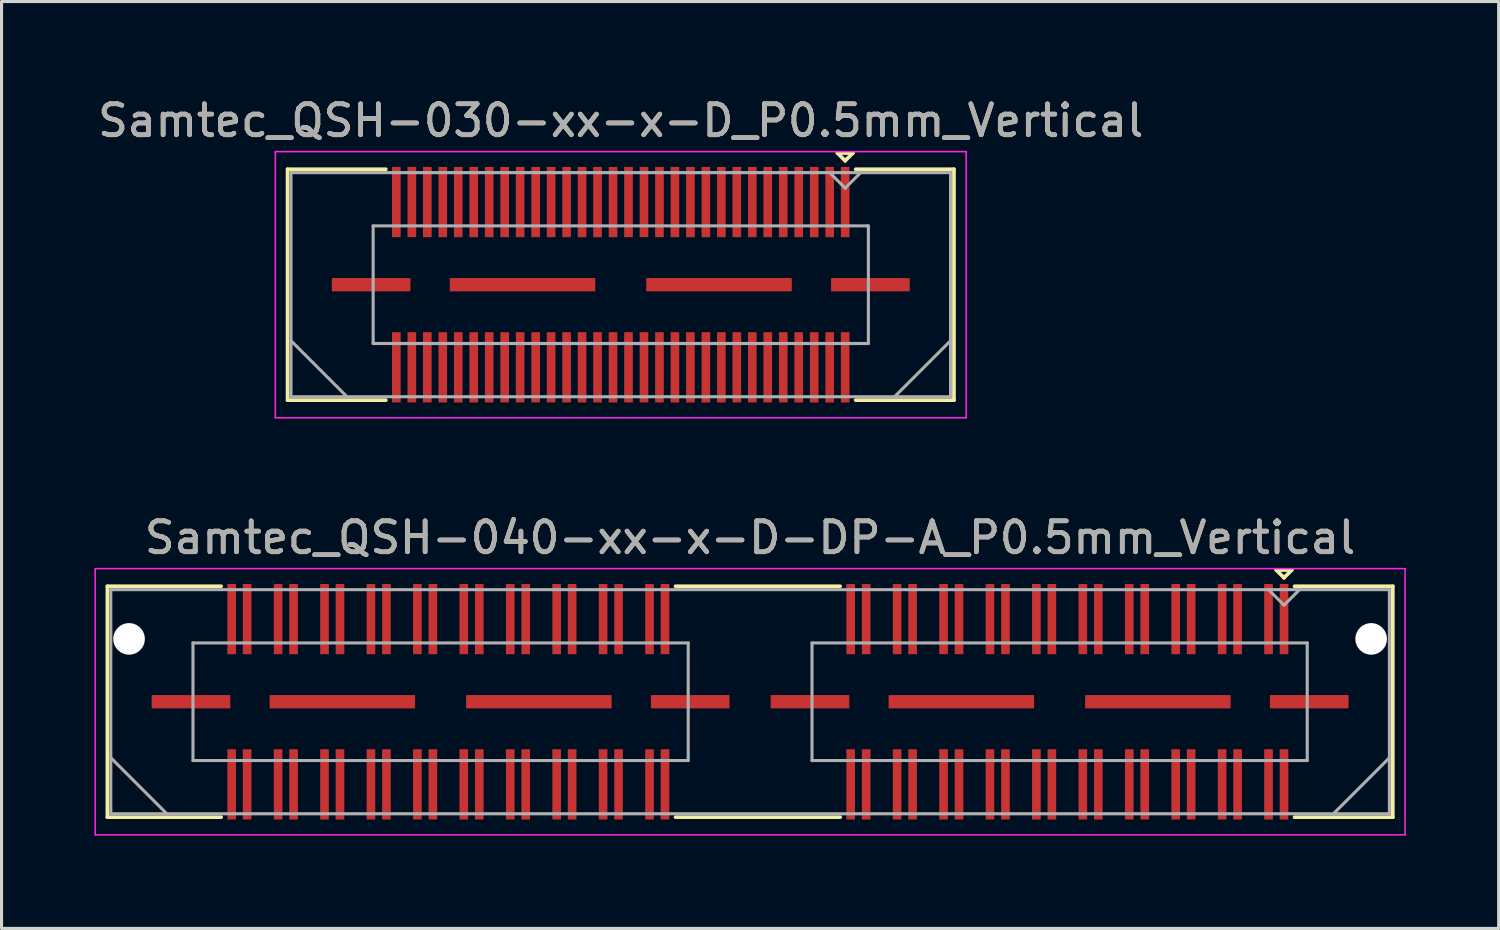
<source format=kicad_pcb>
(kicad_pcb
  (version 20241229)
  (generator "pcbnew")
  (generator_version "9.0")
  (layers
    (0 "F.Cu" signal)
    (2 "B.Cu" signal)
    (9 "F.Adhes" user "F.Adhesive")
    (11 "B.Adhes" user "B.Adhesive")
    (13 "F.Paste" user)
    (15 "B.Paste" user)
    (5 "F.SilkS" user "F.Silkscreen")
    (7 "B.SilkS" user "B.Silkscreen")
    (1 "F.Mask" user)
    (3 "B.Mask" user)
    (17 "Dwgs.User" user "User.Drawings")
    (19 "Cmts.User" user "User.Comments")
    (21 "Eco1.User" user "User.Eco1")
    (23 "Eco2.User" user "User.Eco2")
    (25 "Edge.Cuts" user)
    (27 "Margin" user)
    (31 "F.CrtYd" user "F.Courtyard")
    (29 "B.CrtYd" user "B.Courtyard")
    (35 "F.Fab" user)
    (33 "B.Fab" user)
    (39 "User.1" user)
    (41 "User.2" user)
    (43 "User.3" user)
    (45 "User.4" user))
  (footprint "Samtec_QSH-040-xx-x-D-DP-A_P0.5mm_Vertical"
    (layer "F.Cu")
    (at 21.185 19.622)
    (property "Reference" "Samtec_QSH-040-xx-x-D-DP-A_P0.5mm_Vertical" (at 0 -5.3 0) (layer "F.SilkS") (effects (font (size 1 1) (thickness 0.15))))
    (attr smd)
    (fp_line (start -20.765 -3.73) (end -17.09 -3.73) (stroke (width 0.12) (type solid)) (layer "F.SilkS"))
    (fp_line (start -20.765 3.73) (end -20.765 -3.73) (stroke (width 0.12) (type solid)) (layer "F.SilkS"))
    (fp_line (start -17.09 3.73) (end -20.765 3.73) (stroke (width 0.12) (type solid)) (layer "F.SilkS"))
    (fp_line (start 2.91 -3.73) (end -2.41 -3.73) (stroke (width 0.12) (type solid)) (layer "F.SilkS"))
    (fp_line (start 2.91 3.73) (end -2.41 3.73) (stroke (width 0.12) (type solid)) (layer "F.SilkS"))
    (fp_line (start 17 -4.255) (end 17.5 -4.255) (stroke (width 0.12) (type solid)) (layer "F.SilkS"))
    (fp_line (start 17.25 -4.005) (end 17 -4.255) (stroke (width 0.12) (type solid)) (layer "F.SilkS"))
    (fp_line (start 17.5 -4.255) (end 17.25 -4.005) (stroke (width 0.12) (type solid)) (layer "F.SilkS"))
    (fp_line (start 17.59 3.73) (end 20.765 3.73) (stroke (width 0.12) (type solid)) (layer "F.SilkS"))
    (fp_line (start 20.765 -3.73) (end 17.59 -3.73) (stroke (width 0.12) (type solid)) (layer "F.SilkS"))
    (fp_line (start 20.765 3.73) (end 20.765 -3.73) (stroke (width 0.12) (type solid)) (layer "F.SilkS"))
    (fp_line (start -21.16 -4.3) (end -21.16 4.3) (stroke (width 0.05) (type solid)) (layer "F.CrtYd"))
    (fp_line (start -21.16 4.3) (end 21.16 4.3) (stroke (width 0.05) (type solid)) (layer "F.CrtYd"))
    (fp_line (start 21.16 -4.3) (end -21.16 -4.3) (stroke (width 0.05) (type solid)) (layer "F.CrtYd"))
    (fp_line (start 21.16 4.3) (end 21.16 -4.3) (stroke (width 0.05) (type solid)) (layer "F.CrtYd"))
    (fp_line (start -20.655 -3.62) (end -20.655 3.62) (stroke (width 0.1) (type solid)) (layer "F.Fab"))
    (fp_line (start -20.655 1.81) (end -18.845 3.62) (stroke (width 0.1) (type solid)) (layer "F.Fab"))
    (fp_line (start -20.655 3.62) (end 20.655 3.62) (stroke (width 0.1) (type solid)) (layer "F.Fab"))
    (fp_line (start -18 -1.9) (end -18 1.9) (stroke (width 0.1) (type solid)) (layer "F.Fab"))
    (fp_line (start -18 1.9) (end -2 1.9) (stroke (width 0.1) (type solid)) (layer "F.Fab"))
    (fp_line (start -2 -1.9) (end -18 -1.9) (stroke (width 0.1) (type solid)) (layer "F.Fab"))
    (fp_line (start -2 1.9) (end -2 -1.9) (stroke (width 0.1) (type solid)) (layer "F.Fab"))
    (fp_line (start 2 -1.9) (end 2 1.9) (stroke (width 0.1) (type solid)) (layer "F.Fab"))
    (fp_line (start 2 1.9) (end 18 1.9) (stroke (width 0.1) (type solid)) (layer "F.Fab"))
    (fp_line (start 17.25 -3.12) (end 16.75 -3.62) (stroke (width 0.1) (type solid)) (layer "F.Fab"))
    (fp_line (start 17.75 -3.62) (end 17.25 -3.12) (stroke (width 0.1) (type solid)) (layer "F.Fab"))
    (fp_line (start 18 -1.9) (end 2 -1.9) (stroke (width 0.1) (type solid)) (layer "F.Fab"))
    (fp_line (start 18 1.9) (end 18 -1.9) (stroke (width 0.1) (type solid)) (layer "F.Fab"))
    (fp_line (start 20.655 -3.62) (end -20.655 -3.62) (stroke (width 0.1) (type solid)) (layer "F.Fab"))
    (fp_line (start 20.655 1.81) (end 18.845 3.62) (stroke (width 0.1) (type solid)) (layer "F.Fab"))
    (fp_line (start 20.655 3.62) (end 20.655 -3.62) (stroke (width 0.1) (type solid)) (layer "F.Fab"))
    (fp_text user "${REFERENCE}" (at 0 -5.3 0) (layer "F.Fab") (effects (font (size 1 1) (thickness 0.15))))
    (pad "" np_thru_hole circle (at -20.065 -2.03) (size 1.02 1.02) (drill 1.02) (layers "*.Cu" "*.Mask"))
    (pad "" np_thru_hole circle (at 20.065 -2.03) (size 1.02 1.02) (drill 1.02) (layers "*.Cu" "*.Mask"))
    (pad "1" smd rect (at 17.25 -2.67) (size 0.279 2.27) (layers "F.Cu" "F.Mask" "F.Paste"))
    (pad "2" smd rect (at 17.25 2.67) (size 0.279 2.27) (layers "F.Cu" "F.Mask" "F.Paste"))
    (pad "3" smd rect (at 16.75 -2.67) (size 0.279 2.27) (layers "F.Cu" "F.Mask" "F.Paste"))
    (pad "4" smd rect (at 16.75 2.67) (size 0.279 2.27) (layers "F.Cu" "F.Mask" "F.Paste"))
    (pad "5" smd rect (at 15.75 -2.67) (size 0.279 2.27) (layers "F.Cu" "F.Mask" "F.Paste"))
    (pad "6" smd rect (at 15.75 2.67) (size 0.279 2.27) (layers "F.Cu" "F.Mask" "F.Paste"))
    (pad "7" smd rect (at 15.25 -2.67) (size 0.279 2.27) (layers "F.Cu" "F.Mask" "F.Paste"))
    (pad "8" smd rect (at 15.25 2.67) (size 0.279 2.27) (layers "F.Cu" "F.Mask" "F.Paste"))
    (pad "9" smd rect (at 14.25 -2.67) (size 0.279 2.27) (layers "F.Cu" "F.Mask" "F.Paste"))
    (pad "10" smd rect (at 14.25 2.67) (size 0.279 2.27) (layers "F.Cu" "F.Mask" "F.Paste"))
    (pad "11" smd rect (at 13.75 -2.67) (size 0.279 2.27) (layers "F.Cu" "F.Mask" "F.Paste"))
    (pad "12" smd rect (at 13.75 2.67) (size 0.279 2.27) (layers "F.Cu" "F.Mask" "F.Paste"))
    (pad "13" smd rect (at 12.75 -2.67) (size 0.279 2.27) (layers "F.Cu" "F.Mask" "F.Paste"))
    (pad "14" smd rect (at 12.75 2.67) (size 0.279 2.27) (layers "F.Cu" "F.Mask" "F.Paste"))
    (pad "15" smd rect (at 12.25 -2.67) (size 0.279 2.27) (layers "F.Cu" "F.Mask" "F.Paste"))
    (pad "16" smd rect (at 12.25 2.67) (size 0.279 2.27) (layers "F.Cu" "F.Mask" "F.Paste"))
    (pad "17" smd rect (at 11.25 -2.67) (size 0.279 2.27) (layers "F.Cu" "F.Mask" "F.Paste"))
    (pad "18" smd rect (at 11.25 2.67) (size 0.279 2.27) (layers "F.Cu" "F.Mask" "F.Paste"))
    (pad "19" smd rect (at 10.75 -2.67) (size 0.279 2.27) (layers "F.Cu" "F.Mask" "F.Paste"))
    (pad "20" smd rect (at 10.75 2.67) (size 0.279 2.27) (layers "F.Cu" "F.Mask" "F.Paste"))
    (pad "21" smd rect (at 9.75 -2.67) (size 0.279 2.27) (layers "F.Cu" "F.Mask" "F.Paste"))
    (pad "22" smd rect (at 9.75 2.67) (size 0.279 2.27) (layers "F.Cu" "F.Mask" "F.Paste"))
    (pad "23" smd rect (at 9.25 -2.67) (size 0.279 2.27) (layers "F.Cu" "F.Mask" "F.Paste"))
    (pad "24" smd rect (at 9.25 2.67) (size 0.279 2.27) (layers "F.Cu" "F.Mask" "F.Paste"))
    (pad "25" smd rect (at 8.25 -2.67) (size 0.279 2.27) (layers "F.Cu" "F.Mask" "F.Paste"))
    (pad "26" smd rect (at 8.25 2.67) (size 0.279 2.27) (layers "F.Cu" "F.Mask" "F.Paste"))
    (pad "27" smd rect (at 7.75 -2.67) (size 0.279 2.27) (layers "F.Cu" "F.Mask" "F.Paste"))
    (pad "28" smd rect (at 7.75 2.67) (size 0.279 2.27) (layers "F.Cu" "F.Mask" "F.Paste"))
    (pad "29" smd rect (at 6.75 -2.67) (size 0.279 2.27) (layers "F.Cu" "F.Mask" "F.Paste"))
    (pad "30" smd rect (at 6.75 2.67) (size 0.279 2.27) (layers "F.Cu" "F.Mask" "F.Paste"))
    (pad "31" smd rect (at 6.25 -2.67) (size 0.279 2.27) (layers "F.Cu" "F.Mask" "F.Paste"))
    (pad "32" smd rect (at 6.25 2.67) (size 0.279 2.27) (layers "F.Cu" "F.Mask" "F.Paste"))
    (pad "33" smd rect (at 5.25 -2.67) (size 0.279 2.27) (layers "F.Cu" "F.Mask" "F.Paste"))
    (pad "34" smd rect (at 5.25 2.67) (size 0.279 2.27) (layers "F.Cu" "F.Mask" "F.Paste"))
    (pad "35" smd rect (at 4.75 -2.67) (size 0.279 2.27) (layers "F.Cu" "F.Mask" "F.Paste"))
    (pad "36" smd rect (at 4.75 2.67) (size 0.279 2.27) (layers "F.Cu" "F.Mask" "F.Paste"))
    (pad "37" smd rect (at 3.75 -2.67) (size 0.279 2.27) (layers "F.Cu" "F.Mask" "F.Paste"))
    (pad "38" smd rect (at 3.75 2.67) (size 0.279 2.27) (layers "F.Cu" "F.Mask" "F.Paste"))
    (pad "39" smd rect (at 3.25 -2.67) (size 0.279 2.27) (layers "F.Cu" "F.Mask" "F.Paste"))
    (pad "40" smd rect (at 3.25 2.67) (size 0.279 2.27) (layers "F.Cu" "F.Mask" "F.Paste"))
    (pad "41" smd rect (at -2.75 -2.67) (size 0.279 2.27) (layers "F.Cu" "F.Mask" "F.Paste"))
    (pad "42" smd rect (at -2.75 2.67) (size 0.279 2.27) (layers "F.Cu" "F.Mask" "F.Paste"))
    (pad "43" smd rect (at -3.25 -2.67) (size 0.279 2.27) (layers "F.Cu" "F.Mask" "F.Paste"))
    (pad "44" smd rect (at -3.25 2.67) (size 0.279 2.27) (layers "F.Cu" "F.Mask" "F.Paste"))
    (pad "45" smd rect (at -4.25 -2.67) (size 0.279 2.27) (layers "F.Cu" "F.Mask" "F.Paste"))
    (pad "46" smd rect (at -4.25 2.67) (size 0.279 2.27) (layers "F.Cu" "F.Mask" "F.Paste"))
    (pad "47" smd rect (at -4.75 -2.67) (size 0.279 2.27) (layers "F.Cu" "F.Mask" "F.Paste"))
    (pad "48" smd rect (at -4.75 2.67) (size 0.279 2.27) (layers "F.Cu" "F.Mask" "F.Paste"))
    (pad "49" smd rect (at -5.75 -2.67) (size 0.279 2.27) (layers "F.Cu" "F.Mask" "F.Paste"))
    (pad "50" smd rect (at -5.75 2.67) (size 0.279 2.27) (layers "F.Cu" "F.Mask" "F.Paste"))
    (pad "51" smd rect (at -6.25 -2.67) (size 0.279 2.27) (layers "F.Cu" "F.Mask" "F.Paste"))
    (pad "52" smd rect (at -6.25 2.67) (size 0.279 2.27) (layers "F.Cu" "F.Mask" "F.Paste"))
    (pad "53" smd rect (at -7.25 -2.67) (size 0.279 2.27) (layers "F.Cu" "F.Mask" "F.Paste"))
    (pad "54" smd rect (at -7.25 2.67) (size 0.279 2.27) (layers "F.Cu" "F.Mask" "F.Paste"))
    (pad "55" smd rect (at -7.75 -2.67) (size 0.279 2.27) (layers "F.Cu" "F.Mask" "F.Paste"))
    (pad "56" smd rect (at -7.75 2.67) (size 0.279 2.27) (layers "F.Cu" "F.Mask" "F.Paste"))
    (pad "57" smd rect (at -8.75 -2.67) (size 0.279 2.27) (layers "F.Cu" "F.Mask" "F.Paste"))
    (pad "58" smd rect (at -8.75 2.67) (size 0.279 2.27) (layers "F.Cu" "F.Mask" "F.Paste"))
    (pad "59" smd rect (at -9.25 -2.67) (size 0.279 2.27) (layers "F.Cu" "F.Mask" "F.Paste"))
    (pad "60" smd rect (at -9.25 2.67) (size 0.279 2.27) (layers "F.Cu" "F.Mask" "F.Paste"))
    (pad "61" smd rect (at -10.25 -2.67) (size 0.279 2.27) (layers "F.Cu" "F.Mask" "F.Paste"))
    (pad "62" smd rect (at -10.25 2.67) (size 0.279 2.27) (layers "F.Cu" "F.Mask" "F.Paste"))
    (pad "63" smd rect (at -10.75 -2.67) (size 0.279 2.27) (layers "F.Cu" "F.Mask" "F.Paste"))
    (pad "64" smd rect (at -10.75 2.67) (size 0.279 2.27) (layers "F.Cu" "F.Mask" "F.Paste"))
    (pad "65" smd rect (at -11.75 -2.67) (size 0.279 2.27) (layers "F.Cu" "F.Mask" "F.Paste"))
    (pad "66" smd rect (at -11.75 2.67) (size 0.279 2.27) (layers "F.Cu" "F.Mask" "F.Paste"))
    (pad "67" smd rect (at -12.25 -2.67) (size 0.279 2.27) (layers "F.Cu" "F.Mask" "F.Paste"))
    (pad "68" smd rect (at -12.25 2.67) (size 0.279 2.27) (layers "F.Cu" "F.Mask" "F.Paste"))
    (pad "69" smd rect (at -13.25 -2.67) (size 0.279 2.27) (layers "F.Cu" "F.Mask" "F.Paste"))
    (pad "70" smd rect (at -13.25 2.67) (size 0.279 2.27) (layers "F.Cu" "F.Mask" "F.Paste"))
    (pad "71" smd rect (at -13.75 -2.67) (size 0.279 2.27) (layers "F.Cu" "F.Mask" "F.Paste"))
    (pad "72" smd rect (at -13.75 2.67) (size 0.279 2.27) (layers "F.Cu" "F.Mask" "F.Paste"))
    (pad "73" smd rect (at -14.75 -2.67) (size 0.279 2.27) (layers "F.Cu" "F.Mask" "F.Paste"))
    (pad "74" smd rect (at -14.75 2.67) (size 0.279 2.27) (layers "F.Cu" "F.Mask" "F.Paste"))
    (pad "75" smd rect (at -15.25 -2.67) (size 0.279 2.27) (layers "F.Cu" "F.Mask" "F.Paste"))
    (pad "76" smd rect (at -15.25 2.67) (size 0.279 2.27) (layers "F.Cu" "F.Mask" "F.Paste"))
    (pad "77" smd rect (at -16.25 -2.67) (size 0.279 2.27) (layers "F.Cu" "F.Mask" "F.Paste"))
    (pad "78" smd rect (at -16.25 2.67) (size 0.279 2.27) (layers "F.Cu" "F.Mask" "F.Paste"))
    (pad "79" smd rect (at -16.75 -2.67) (size 0.279 2.27) (layers "F.Cu" "F.Mask" "F.Paste"))
    (pad "80" smd rect (at -16.75 2.67) (size 0.279 2.27) (layers "F.Cu" "F.Mask" "F.Paste"))
    (pad "P1" smd rect (at 1.935 0) (size 2.54 0.43) (layers "F.Cu" "F.Mask" "F.Paste"))
    (pad "P1" smd rect (at 6.825 0) (size 4.7 0.43) (layers "F.Cu" "F.Mask" "F.Paste"))
    (pad "P1" smd rect (at 13.175 0) (size 4.7 0.43) (layers "F.Cu" "F.Mask" "F.Paste"))
    (pad "P1" smd rect (at 18.065 0) (size 2.54 0.43) (layers "F.Cu" "F.Mask" "F.Paste"))
    (pad "P2" smd rect (at -18.065 0) (size 2.54 0.43) (layers "F.Cu" "F.Mask" "F.Paste"))
    (pad "P2" smd rect (at -13.175 0) (size 4.7 0.43) (layers "F.Cu" "F.Mask" "F.Paste"))
    (pad "P2" smd rect (at -6.825 0) (size 4.7 0.43) (layers "F.Cu" "F.Mask" "F.Paste"))
    (pad "P2" smd rect (at -1.935 0) (size 2.54 0.43) (layers "F.Cu" "F.Mask" "F.Paste")))
  (footprint "Samtec_QSH-030-xx-x-D_P0.5mm_Vertical"
    (layer "F.Cu")
    (at 17.006 6.148)
    (property "Reference" "Samtec_QSH-030-xx-x-D_P0.5mm_Vertical" (at 0 -5.3 0) (layer "F.SilkS") (effects (font (size 1 1) (thickness 0.15))))
    (attr smd)
    (fp_line (start -10.765 -3.73) (end -7.59 -3.73) (stroke (width 0.12) (type solid)) (layer "F.SilkS"))
    (fp_line (start -10.765 3.73) (end -10.765 -3.73) (stroke (width 0.12) (type solid)) (layer "F.SilkS"))
    (fp_line (start -7.59 3.73) (end -10.765 3.73) (stroke (width 0.12) (type solid)) (layer "F.SilkS"))
    (fp_line (start 7 -4.255) (end 7.5 -4.255) (stroke (width 0.12) (type solid)) (layer "F.SilkS"))
    (fp_line (start 7.25 -4.005) (end 7 -4.255) (stroke (width 0.12) (type solid)) (layer "F.SilkS"))
    (fp_line (start 7.5 -4.255) (end 7.25 -4.005) (stroke (width 0.12) (type solid)) (layer "F.SilkS"))
    (fp_line (start 7.59 3.73) (end 10.765 3.73) (stroke (width 0.12) (type solid)) (layer "F.SilkS"))
    (fp_line (start 10.765 -3.73) (end 7.59 -3.73) (stroke (width 0.12) (type solid)) (layer "F.SilkS"))
    (fp_line (start 10.765 3.73) (end 10.765 -3.73) (stroke (width 0.12) (type solid)) (layer "F.SilkS"))
    (fp_line (start -11.16 -4.3) (end -11.16 4.3) (stroke (width 0.05) (type solid)) (layer "F.CrtYd"))
    (fp_line (start -11.16 4.3) (end 11.16 4.3) (stroke (width 0.05) (type solid)) (layer "F.CrtYd"))
    (fp_line (start 11.16 -4.3) (end -11.16 -4.3) (stroke (width 0.05) (type solid)) (layer "F.CrtYd"))
    (fp_line (start 11.16 4.3) (end 11.16 -4.3) (stroke (width 0.05) (type solid)) (layer "F.CrtYd"))
    (fp_line (start -10.655 -3.62) (end -10.655 3.62) (stroke (width 0.1) (type solid)) (layer "F.Fab"))
    (fp_line (start -10.655 1.81) (end -8.845 3.62) (stroke (width 0.1) (type solid)) (layer "F.Fab"))
    (fp_line (start -10.655 3.62) (end 10.655 3.62) (stroke (width 0.1) (type solid)) (layer "F.Fab"))
    (fp_line (start -8 -1.9) (end -8 1.9) (stroke (width 0.1) (type solid)) (layer "F.Fab"))
    (fp_line (start -8 1.9) (end 8 1.9) (stroke (width 0.1) (type solid)) (layer "F.Fab"))
    (fp_line (start 7.25 -3.12) (end 6.75 -3.62) (stroke (width 0.1) (type solid)) (layer "F.Fab"))
    (fp_line (start 7.75 -3.62) (end 7.25 -3.12) (stroke (width 0.1) (type solid)) (layer "F.Fab"))
    (fp_line (start 8 -1.9) (end -8 -1.9) (stroke (width 0.1) (type solid)) (layer "F.Fab"))
    (fp_line (start 8 1.9) (end 8 -1.9) (stroke (width 0.1) (type solid)) (layer "F.Fab"))
    (fp_line (start 10.655 -3.62) (end -10.655 -3.62) (stroke (width 0.1) (type solid)) (layer "F.Fab"))
    (fp_line (start 10.655 1.81) (end 8.845 3.62) (stroke (width 0.1) (type solid)) (layer "F.Fab"))
    (fp_line (start 10.655 3.62) (end 10.655 -3.62) (stroke (width 0.1) (type solid)) (layer "F.Fab"))
    (fp_text user "${REFERENCE}" (at 0 -5.3 0) (layer "F.Fab") (effects (font (size 1 1) (thickness 0.15))))
    (pad "1" smd rect (at 7.25 -2.67) (size 0.279 2.27) (layers "F.Cu" "F.Mask" "F.Paste"))
    (pad "2" smd rect (at 7.25 2.67) (size 0.279 2.27) (layers "F.Cu" "F.Mask" "F.Paste"))
    (pad "3" smd rect (at 6.75 -2.67) (size 0.279 2.27) (layers "F.Cu" "F.Mask" "F.Paste"))
    (pad "4" smd rect (at 6.75 2.67) (size 0.279 2.27) (layers "F.Cu" "F.Mask" "F.Paste"))
    (pad "5" smd rect (at 6.25 -2.67) (size 0.279 2.27) (layers "F.Cu" "F.Mask" "F.Paste"))
    (pad "6" smd rect (at 6.25 2.67) (size 0.279 2.27) (layers "F.Cu" "F.Mask" "F.Paste"))
    (pad "7" smd rect (at 5.75 -2.67) (size 0.279 2.27) (layers "F.Cu" "F.Mask" "F.Paste"))
    (pad "8" smd rect (at 5.75 2.67) (size 0.279 2.27) (layers "F.Cu" "F.Mask" "F.Paste"))
    (pad "9" smd rect (at 5.25 -2.67) (size 0.279 2.27) (layers "F.Cu" "F.Mask" "F.Paste"))
    (pad "10" smd rect (at 5.25 2.67) (size 0.279 2.27) (layers "F.Cu" "F.Mask" "F.Paste"))
    (pad "11" smd rect (at 4.75 -2.67) (size 0.279 2.27) (layers "F.Cu" "F.Mask" "F.Paste"))
    (pad "12" smd rect (at 4.75 2.67) (size 0.279 2.27) (layers "F.Cu" "F.Mask" "F.Paste"))
    (pad "13" smd rect (at 4.25 -2.67) (size 0.279 2.27) (layers "F.Cu" "F.Mask" "F.Paste"))
    (pad "14" smd rect (at 4.25 2.67) (size 0.279 2.27) (layers "F.Cu" "F.Mask" "F.Paste"))
    (pad "15" smd rect (at 3.75 -2.67) (size 0.279 2.27) (layers "F.Cu" "F.Mask" "F.Paste"))
    (pad "16" smd rect (at 3.75 2.67) (size 0.279 2.27) (layers "F.Cu" "F.Mask" "F.Paste"))
    (pad "17" smd rect (at 3.25 -2.67) (size 0.279 2.27) (layers "F.Cu" "F.Mask" "F.Paste"))
    (pad "18" smd rect (at 3.25 2.67) (size 0.279 2.27) (layers "F.Cu" "F.Mask" "F.Paste"))
    (pad "19" smd rect (at 2.75 -2.67) (size 0.279 2.27) (layers "F.Cu" "F.Mask" "F.Paste"))
    (pad "20" smd rect (at 2.75 2.67) (size 0.279 2.27) (layers "F.Cu" "F.Mask" "F.Paste"))
    (pad "21" smd rect (at 2.25 -2.67) (size 0.279 2.27) (layers "F.Cu" "F.Mask" "F.Paste"))
    (pad "22" smd rect (at 2.25 2.67) (size 0.279 2.27) (layers "F.Cu" "F.Mask" "F.Paste"))
    (pad "23" smd rect (at 1.75 -2.67) (size 0.279 2.27) (layers "F.Cu" "F.Mask" "F.Paste"))
    (pad "24" smd rect (at 1.75 2.67) (size 0.279 2.27) (layers "F.Cu" "F.Mask" "F.Paste"))
    (pad "25" smd rect (at 1.25 -2.67) (size 0.279 2.27) (layers "F.Cu" "F.Mask" "F.Paste"))
    (pad "26" smd rect (at 1.25 2.67) (size 0.279 2.27) (layers "F.Cu" "F.Mask" "F.Paste"))
    (pad "27" smd rect (at 0.75 -2.67) (size 0.279 2.27) (layers "F.Cu" "F.Mask" "F.Paste"))
    (pad "28" smd rect (at 0.75 2.67) (size 0.279 2.27) (layers "F.Cu" "F.Mask" "F.Paste"))
    (pad "29" smd rect (at 0.25 -2.67) (size 0.279 2.27) (layers "F.Cu" "F.Mask" "F.Paste"))
    (pad "30" smd rect (at 0.25 2.67) (size 0.279 2.27) (layers "F.Cu" "F.Mask" "F.Paste"))
    (pad "31" smd rect (at -0.25 -2.67) (size 0.279 2.27) (layers "F.Cu" "F.Mask" "F.Paste"))
    (pad "32" smd rect (at -0.25 2.67) (size 0.279 2.27) (layers "F.Cu" "F.Mask" "F.Paste"))
    (pad "33" smd rect (at -0.75 -2.67) (size 0.279 2.27) (layers "F.Cu" "F.Mask" "F.Paste"))
    (pad "34" smd rect (at -0.75 2.67) (size 0.279 2.27) (layers "F.Cu" "F.Mask" "F.Paste"))
    (pad "35" smd rect (at -1.25 -2.67) (size 0.279 2.27) (layers "F.Cu" "F.Mask" "F.Paste"))
    (pad "36" smd rect (at -1.25 2.67) (size 0.279 2.27) (layers "F.Cu" "F.Mask" "F.Paste"))
    (pad "37" smd rect (at -1.75 -2.67) (size 0.279 2.27) (layers "F.Cu" "F.Mask" "F.Paste"))
    (pad "38" smd rect (at -1.75 2.67) (size 0.279 2.27) (layers "F.Cu" "F.Mask" "F.Paste"))
    (pad "39" smd rect (at -2.25 -2.67) (size 0.279 2.27) (layers "F.Cu" "F.Mask" "F.Paste"))
    (pad "40" smd rect (at -2.25 2.67) (size 0.279 2.27) (layers "F.Cu" "F.Mask" "F.Paste"))
    (pad "41" smd rect (at -2.75 -2.67) (size 0.279 2.27) (layers "F.Cu" "F.Mask" "F.Paste"))
    (pad "42" smd rect (at -2.75 2.67) (size 0.279 2.27) (layers "F.Cu" "F.Mask" "F.Paste"))
    (pad "43" smd rect (at -3.25 -2.67) (size 0.279 2.27) (layers "F.Cu" "F.Mask" "F.Paste"))
    (pad "44" smd rect (at -3.25 2.67) (size 0.279 2.27) (layers "F.Cu" "F.Mask" "F.Paste"))
    (pad "45" smd rect (at -3.75 -2.67) (size 0.279 2.27) (layers "F.Cu" "F.Mask" "F.Paste"))
    (pad "46" smd rect (at -3.75 2.67) (size 0.279 2.27) (layers "F.Cu" "F.Mask" "F.Paste"))
    (pad "47" smd rect (at -4.25 -2.67) (size 0.279 2.27) (layers "F.Cu" "F.Mask" "F.Paste"))
    (pad "48" smd rect (at -4.25 2.67) (size 0.279 2.27) (layers "F.Cu" "F.Mask" "F.Paste"))
    (pad "49" smd rect (at -4.75 -2.67) (size 0.279 2.27) (layers "F.Cu" "F.Mask" "F.Paste"))
    (pad "50" smd rect (at -4.75 2.67) (size 0.279 2.27) (layers "F.Cu" "F.Mask" "F.Paste"))
    (pad "51" smd rect (at -5.25 -2.67) (size 0.279 2.27) (layers "F.Cu" "F.Mask" "F.Paste"))
    (pad "52" smd rect (at -5.25 2.67) (size 0.279 2.27) (layers "F.Cu" "F.Mask" "F.Paste"))
    (pad "53" smd rect (at -5.75 -2.67) (size 0.279 2.27) (layers "F.Cu" "F.Mask" "F.Paste"))
    (pad "54" smd rect (at -5.75 2.67) (size 0.279 2.27) (layers "F.Cu" "F.Mask" "F.Paste"))
    (pad "55" smd rect (at -6.25 -2.67) (size 0.279 2.27) (layers "F.Cu" "F.Mask" "F.Paste"))
    (pad "56" smd rect (at -6.25 2.67) (size 0.279 2.27) (layers "F.Cu" "F.Mask" "F.Paste"))
    (pad "57" smd rect (at -6.75 -2.67) (size 0.279 2.27) (layers "F.Cu" "F.Mask" "F.Paste"))
    (pad "58" smd rect (at -6.75 2.67) (size 0.279 2.27) (layers "F.Cu" "F.Mask" "F.Paste"))
    (pad "59" smd rect (at -7.25 -2.67) (size 0.279 2.27) (layers "F.Cu" "F.Mask" "F.Paste"))
    (pad "60" smd rect (at -7.25 2.67) (size 0.279 2.27) (layers "F.Cu" "F.Mask" "F.Paste"))
    (pad "P1" smd rect (at -8.065 0) (size 2.54 0.43) (layers "F.Cu" "F.Mask" "F.Paste"))
    (pad "P1" smd rect (at -3.175 0) (size 4.7 0.43) (layers "F.Cu" "F.Mask" "F.Paste"))
    (pad "P1" smd rect (at 3.175 0) (size 4.7 0.43) (layers "F.Cu" "F.Mask" "F.Paste"))
    (pad "P1" smd rect (at 8.065 0) (size 2.54 0.43) (layers "F.Cu" "F.Mask" "F.Paste")))
  (gr_rect
    (start -3 -3)
    (end 45.37 26.947)
    (stroke (width 0.1) (type default))
    (fill no)
    (layer "Edge.Cuts")))
</source>
